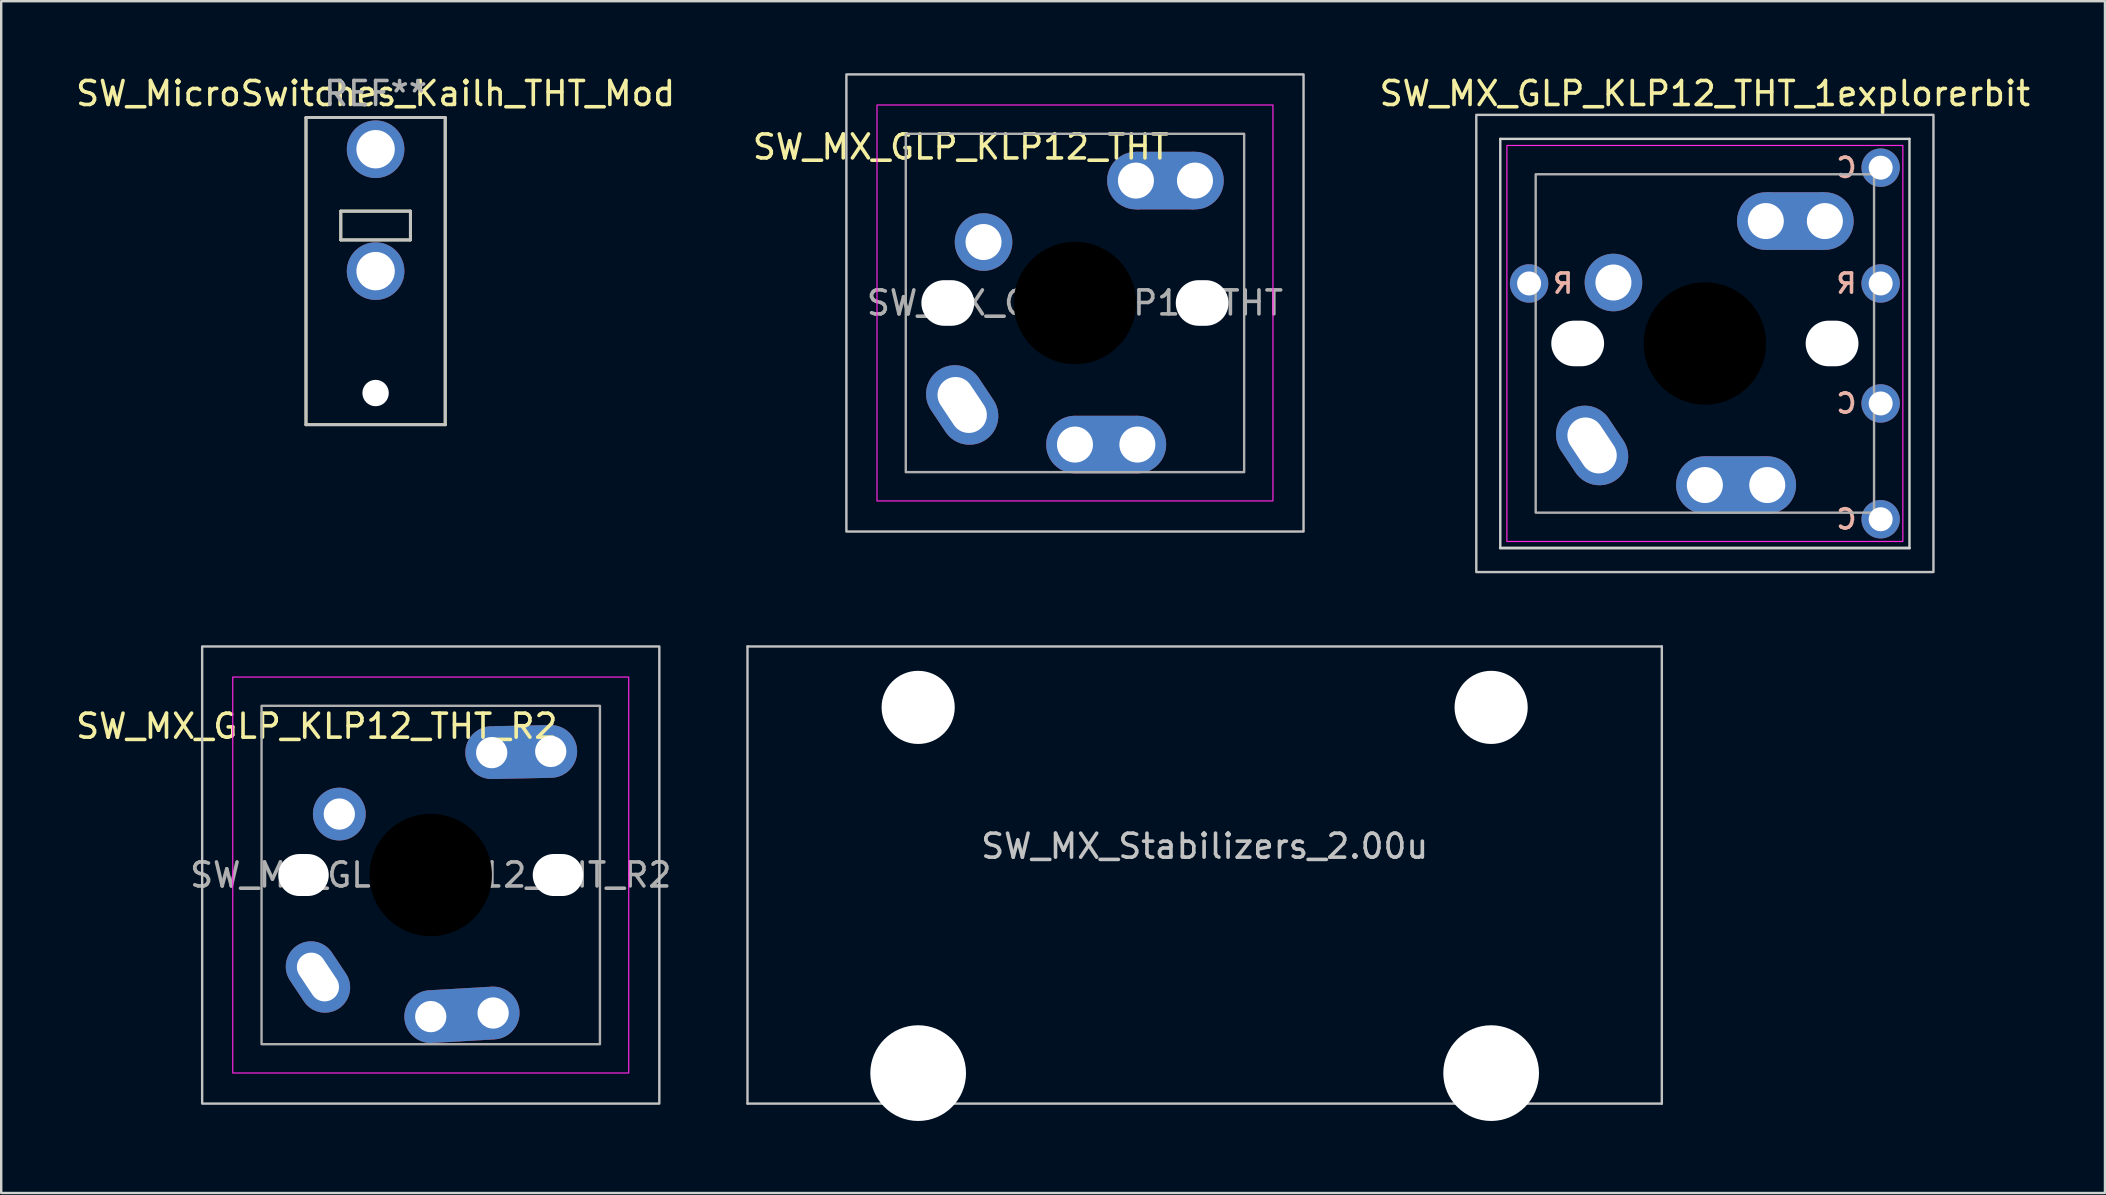
<source format=kicad_pcb>
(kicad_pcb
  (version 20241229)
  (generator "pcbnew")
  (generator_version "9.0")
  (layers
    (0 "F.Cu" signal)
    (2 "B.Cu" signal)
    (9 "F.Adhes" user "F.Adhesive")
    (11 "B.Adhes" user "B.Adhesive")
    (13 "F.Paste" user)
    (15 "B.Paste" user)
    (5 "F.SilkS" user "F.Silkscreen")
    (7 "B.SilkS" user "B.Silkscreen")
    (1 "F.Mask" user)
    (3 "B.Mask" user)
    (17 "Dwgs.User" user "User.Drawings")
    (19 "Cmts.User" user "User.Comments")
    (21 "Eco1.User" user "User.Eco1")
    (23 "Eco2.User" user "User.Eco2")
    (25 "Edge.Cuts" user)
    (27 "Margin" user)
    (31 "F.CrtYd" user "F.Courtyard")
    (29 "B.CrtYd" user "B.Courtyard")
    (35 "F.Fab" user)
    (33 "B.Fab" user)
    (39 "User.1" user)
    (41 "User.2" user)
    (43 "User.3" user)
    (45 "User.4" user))
  (footprint "SW_MX_GLP_KLP12_THT"
    (layer "F.Cu")
    (at 41.744 9.575)
    (property "Reference" "SW_MX_GLP_KLP12_THT" (at -4.75 -6.5 0) (unlocked yes) (layer "F.SilkS") (effects (font (size 1 1) (thickness 0.15))))
    (attr through_hole)
    (fp_rect (start -9.525 -9.525) (end 9.525 9.525) (stroke (width 0.1) (type solid)) (fill no) (layer "Dwgs.User"))
    (fp_rect (start -8.25 -8.25) (end 8.25 8.25) (stroke (width 0.05) (type solid)) (fill no) (layer "F.CrtYd"))
    (fp_rect (start -7.05 7.05) (end 7.05 -7.05) (stroke (width 0.1) (type solid)) (fill no) (layer "F.Fab"))
    (fp_text user "${REFERENCE}" (at 0 0 0) (unlocked yes) (layer "F.Fab") (effects (font (size 1 1) (thickness 0.15))))
    (pad "" np_thru_hole oval (at -5.3 0) (size 2.2 1.9) (drill oval 2.2 1.9) (layers "*.Cu" "*.Mask"))
    (pad "" np_thru_hole circle (at 0 0 180) (size 5.1 5.1) (drill 5.1) (layers "*.Mask"))
    (pad "" np_thru_hole oval (at 5.3 0) (size 2.2 1.9) (drill oval 2.2 1.9) (layers "*.Cu" "*.Mask"))
    (pad "1" thru_hole oval (at -4.7 4.25 123.7) (size 3.5 2.4) (drill oval 2.5 1.5) (layers "*.Cu" "*.Mask"))
    (pad "1" thru_hole circle (at -3.81 -2.54 105.3) (size 2.4 2.4) (drill 1.5) (layers "*.Cu" "*.Mask"))
    (pad "2" thru_hole circle (at 0 5.9 180) (size 2.4 2.4) (drill 1.5) (layers "*.Cu" "*.Mask"))
    (pad "2" smd trapezoid (at 1.3 5.9) (size 2.3 2.4) (layers "B.Cu" "B.Mask"))
    (pad "2" smd trapezoid (at 1.3 5.9) (size 2.6 2.4) (layers "F.Cu" "F.Mask"))
    (pad "2" thru_hole circle (at 2.54 -5.1) (size 2.4 2.4) (drill 1.5) (layers "*.Cu" "*.Mask"))
    (pad "2" thru_hole circle (at 2.6 5.9) (size 2.4 2.4) (drill 1.5) (layers "*.Cu" "*.Mask"))
    (pad "2" smd trapezoid (at 3.77 -5.1) (size 2.4 2.4) (layers "F.Cu" "F.Mask"))
    (pad "2" smd trapezoid (at 3.77 -5.1) (size 2.4 2.4) (layers "B.Cu" "B.Mask"))
    (pad "2" thru_hole circle (at 5 -5.1 180) (size 2.4 2.4) (drill oval 1.5) (layers "*.Cu" "*.Mask")))
  (footprint "SW_MX_Stabilizers_2.00u"
    (layer "F.Cu")
    (at 47.148 33.412)
    (property "Reference" "SW_MX_Stabilizers_2.00u" (at 0 -1.2 0) (unlocked yes) (layer "Dwgs.User") (effects (font (size 1 1) (thickness 0.15))))
    (attr smd exclude_from_bom)
    (fp_line (start -19.05 -9.525) (end 19.05 -9.525) (stroke (width 0.1) (type solid)) (layer "Dwgs.User"))
    (fp_line (start -19.05 9.525) (end -19.05 -9.525) (stroke (width 0.1) (type solid)) (layer "Dwgs.User"))
    (fp_line (start 19.05 -9.525) (end 19.05 9.525) (stroke (width 0.1) (type solid)) (layer "Dwgs.User"))
    (fp_line (start 19.05 9.525) (end -19.05 9.525) (stroke (width 0.1) (type solid)) (layer "Dwgs.User"))
    (pad "" np_thru_hole circle (at -11.938 -6.985) (size 3.048 3.048) (drill 3.048) (layers "*.Cu" "*.Mask"))
    (pad "" np_thru_hole circle (at -11.938 8.255) (size 3.988 3.988) (drill 3.988) (layers "*.Cu" "*.Mask"))
    (pad "" np_thru_hole circle (at 11.938 -6.985) (size 3.048 3.048) (drill 3.048) (layers "*.Cu" "*.Mask"))
    (pad "" np_thru_hole circle (at 11.938 8.255) (size 3.988 3.988) (drill 3.988) (layers "*.Cu" "*.Mask")))
  (footprint "SW_MX_GLP_KLP12_THT_1explorerbit"
    (layer "F.Cu")
    (at 67.992 11.262)
    (property "Reference" "SW_MX_GLP_KLP12_THT_1explorerbit" (at 0 -10.414 0) (unlocked yes) (layer "F.SilkS") (effects (font (size 1 1) (thickness 0.15))))
    (attr through_hole)
    (fp_rect (start -9.525 -9.525) (end 9.525 9.525) (stroke (width 0.1) (type solid)) (fill no) (layer "Dwgs.User"))
    (fp_line (start -8.525 -8.525) (end -8.525 8.525) (stroke (width 0.1) (type default)) (layer "Edge.Cuts"))
    (fp_line (start -8.525 -8.525) (end 8.525 -8.525) (stroke (width 0.1) (type default)) (layer "Edge.Cuts"))
    (fp_line (start -8.525 8.525) (end 8.525 8.525) (stroke (width 0.12) (type default)) (layer "Edge.Cuts"))
    (fp_line (start 8.525 8.525) (end 8.525 -8.525) (stroke (width 0.1) (type default)) (layer "Edge.Cuts"))
    (fp_rect (start -8.25 -8.25) (end 8.25 8.25) (stroke (width 0.05) (type solid)) (fill no) (layer "F.CrtYd"))
    (fp_rect (start -7.05 -7.05) (end 7.05 7.05) (stroke (width 0.1) (type solid)) (fill no) (layer "F.Fab"))
    (fp_text user "C" (at 5.9 2.5 0) (layer "B.SilkS") (effects (font (size 0.8 0.8) (thickness 0.15)) (justify mirror)))
    (fp_text user "C" (at 5.9 -7.325 0) (layer "B.SilkS") (effects (font (size 0.8 0.8) (thickness 0.15)) (justify mirror)))
    (fp_text user "C" (at 5.9 7.325 0) (layer "B.SilkS") (effects (font (size 0.8 0.8) (thickness 0.15)) (justify mirror)))
    (fp_text user "R" (at 5.9 -2.5 0) (layer "B.SilkS") (effects (font (size 0.8 0.8) (thickness 0.15)) (justify mirror)))
    (fp_text user "R" (at -5.91 -2.5 0) (layer "B.SilkS") (effects (font (size 0.8 0.8) (thickness 0.15)) (justify mirror)))
    (pad "" np_thru_hole oval (at -5.3 0) (size 2.2 1.9) (drill oval 2.2 1.9) (layers "*.Cu" "*.Mask"))
    (pad "" np_thru_hole circle (at 0 0 180) (size 5.1 5.1) (drill 5.1) (layers "*.Mask"))
    (pad "" np_thru_hole oval (at 5.3 0) (size 2.2 1.9) (drill oval 2.2 1.9) (layers "*.Cu" "*.Mask"))
    (pad "1" thru_hole oval (at -4.7 4.25 123.7) (size 3.5 2.4) (drill oval 2.5 1.5) (layers "*.Cu" "*.Mask"))
    (pad "1" thru_hole circle (at -3.81 -2.54 105.3) (size 2.4 2.4) (drill 1.5) (layers "*.Cu" "*.Mask"))
    (pad "1" thru_hole circle (at 7.325 -7.325 180) (size 1.6 1.6) (drill 1) (layers "*.Cu" "*.Mask"))
    (pad "1" thru_hole circle (at 7.325 2.5) (size 1.6 1.6) (drill 1) (layers "*.Cu" "*.Mask"))
    (pad "1" thru_hole circle (at 7.325 7.325 270) (size 1.6 1.6) (drill 1) (layers "*.Cu" "*.Mask"))
    (pad "2" thru_hole circle (at -7.325 -2.5 270) (size 1.6 1.6) (drill 1) (layers "*.Cu" "*.Mask"))
    (pad "2" thru_hole circle (at 0 5.9 180) (size 2.4 2.4) (drill 1.5) (layers "*.Cu" "*.Mask"))
    (pad "2" smd trapezoid (at 1.3 5.9) (size 2.3 2.4) (layers "B.Cu" "B.Mask"))
    (pad "2" smd trapezoid (at 1.3 5.9) (size 2.6 2.4) (layers "F.Cu" "F.Mask"))
    (pad "2" thru_hole circle (at 2.54 -5.1) (size 2.4 2.4) (drill 1.5) (layers "*.Cu" "*.Mask"))
    (pad "2" thru_hole circle (at 2.6 5.9) (size 2.4 2.4) (drill 1.5) (layers "*.Cu" "*.Mask"))
    (pad "2" smd trapezoid (at 3.77 -5.1) (size 2.4 2.4) (layers "F.Cu" "F.Mask"))
    (pad "2" smd trapezoid (at 3.77 -5.1) (size 2.4 2.4) (layers "B.Cu" "B.Mask"))
    (pad "2" thru_hole circle (at 5 -5.1 180) (size 2.4 2.4) (drill oval 1.5) (layers "*.Cu" "*.Mask"))
    (pad "2" thru_hole circle (at 7.325 -2.5 90) (size 1.6 1.6) (drill 1) (layers "*.Cu" "*.Mask")))
  (footprint "SW_MX_GLP_KLP12_THT_R2"
    (layer "F.Cu")
    (at 14.899 33.412)
    (property "Reference" "SW_MX_GLP_KLP12_THT_R2" (at -4.75 -6.2 0) (unlocked yes) (layer "F.SilkS") (effects (font (size 1 1) (thickness 0.15))))
    (attr through_hole)
    (fp_rect (start -9.525 -9.525) (end 9.525 9.525) (stroke (width 0.1) (type solid)) (fill no) (layer "Dwgs.User"))
    (fp_rect (start -8.25 -8.25) (end 8.25 8.25) (stroke (width 0.05) (type solid)) (fill no) (layer "F.CrtYd"))
    (fp_rect (start -7.05 7.05) (end 7.05 -7.05) (stroke (width 0.1) (type solid)) (fill no) (layer "F.Fab"))
    (fp_text user "${REFERENCE}" (at 0 0 0) (unlocked yes) (layer "F.Fab") (effects (font (size 1 1) (thickness 0.15))))
    (pad "" np_thru_hole oval (at -5.3 0) (size 2.1 1.75) (drill oval 2.1 1.75) (layers "*.Cu" "*.Mask"))
    (pad "" np_thru_hole circle (at 0 0 180) (size 5.1 5.1) (drill 5.1) (layers "*.Mask"))
    (pad "" np_thru_hole oval (at 5.3 0) (size 2.1 1.75) (drill oval 2.1 1.75) (layers "*.Cu" "*.Mask"))
    (pad "1" thru_hole oval (at -4.7 4.25 123.7) (size 3.15 2.1) (drill oval 2.2 1.2) (layers "*.Cu" "*.Mask"))
    (pad "1" thru_hole circle (at -3.81 -2.54 105.3) (size 2.2 2.2) (drill 1.3) (layers "*.Cu" "*.Mask"))
    (pad "2" thru_hole circle (at 0 5.9 180) (size 2.2 2.2) (drill 1.3) (layers "*.Cu" "*.Mask"))
    (pad "2" smd trapezoid (at 1.3 5.825 3.3) (size 2.3 2.2) (layers "B.Cu" "B.Mask"))
    (pad "2" smd trapezoid (at 1.3 5.825 3.3) (size 2.6 2.2) (layers "F.Cu" "F.Mask"))
    (pad "2" thru_hole circle (at 2.54 -5.1) (size 2.2 2.2) (drill 1.3) (layers "*.Cu" "*.Mask"))
    (pad "2" thru_hole circle (at 2.6 5.75) (size 2.2 2.2) (drill 1.3) (layers "*.Cu" "*.Mask"))
    (pad "2" smd rect (at 3.77 -5.125 1.2) (size 2.2 2.2) (layers "F.Cu" "F.Mask"))
    (pad "2" smd rect (at 3.77 -5.125 1.2) (size 2.2 2.2) (layers "B.Cu" "B.Mask"))
    (pad "2" thru_hole circle (at 5 -5.15 180) (size 2.2 2.2) (drill 1.3) (layers "*.Cu" "*.Mask")))
  (footprint "SW_MicroSwitches_Kailh_THT_Mod"
    (layer "F.Cu")
    (at 12.601 1.848)
    (property "Reference" "SW_MicroSwitches_Kailh_THT_Mod" (at 0 -1 0) (layer "F.SilkS") (effects (font (size 1 1) (thickness 0.15))))
    (attr through_hole)
    (fp_line (start -2.9 0) (end -2.9 12.8) (stroke (width 0.12) (type default)) (layer "F.SilkS"))
    (fp_line (start -2.9 0) (end 2.9 0) (stroke (width 0.12) (type default)) (layer "F.SilkS"))
    (fp_line (start -1.45 3.9) (end -1.45 5.1) (stroke (width 0.12) (type default)) (layer "F.SilkS"))
    (fp_line (start -1.45 5.1) (end 1.45 5.1) (stroke (width 0.12) (type default)) (layer "F.SilkS"))
    (fp_line (start 1.45 3.9) (end -1.45 3.9) (stroke (width 0.12) (type default)) (layer "F.SilkS"))
    (fp_line (start 1.45 3.9) (end 1.45 5.1) (stroke (width 0.12) (type default)) (layer "F.SilkS"))
    (fp_line (start 2.9 0) (end 2.9 12.8) (stroke (width 0.12) (type default)) (layer "F.SilkS"))
    (fp_line (start 2.9 12.8) (end -2.9 12.8) (stroke (width 0.12) (type default)) (layer "F.SilkS"))
    (fp_line (start -2.9 0) (end -2.9 12.8) (stroke (width 0.12) (type default)) (layer "Dwgs.User"))
    (fp_line (start -2.9 0) (end 2.9 0) (stroke (width 0.12) (type default)) (layer "Dwgs.User"))
    (fp_line (start -1.45 3.9) (end -1.45 5.1) (stroke (width 0.12) (type default)) (layer "Dwgs.User"))
    (fp_line (start -1.45 5.1) (end 1.45 5.1) (stroke (width 0.12) (type default)) (layer "Dwgs.User"))
    (fp_line (start 1.45 3.9) (end -1.45 3.9) (stroke (width 0.12) (type default)) (layer "Dwgs.User"))
    (fp_line (start 1.45 3.9) (end 1.45 5.1) (stroke (width 0.12) (type default)) (layer "Dwgs.User"))
    (fp_line (start 2.9 12.8) (end -2.9 12.8) (stroke (width 0.12) (type default)) (layer "Dwgs.User"))
    (fp_line (start 2.9 12.8) (end 2.9 0) (stroke (width 0.12) (type default)) (layer "Dwgs.User"))
    (fp_text user "REF**" (at 0 -1 0) (layer "F.Fab") (effects (font (size 1 1) (thickness 0.15))))
    (pad "" np_thru_hole circle (at 0 11.48 90) (size 1.1 1.1) (drill 1.1) (layers "*.Cu" "*.Mask"))
    (pad "1" thru_hole circle (at 0 1.32 90) (size 2.4 2.4) (drill 1.6) (layers "*.Cu" "*.Mask"))
    (pad "2" thru_hole circle (at 0 6.4 90) (size 2.4 2.4) (drill 1.6) (layers "*.Cu" "*.Mask")))
  (gr_rect
    (start -3 -3)
    (end 84.664 46.661)
    (stroke (width 0.1) (type default))
    (fill no)
    (layer "Edge.Cuts")))
</source>
